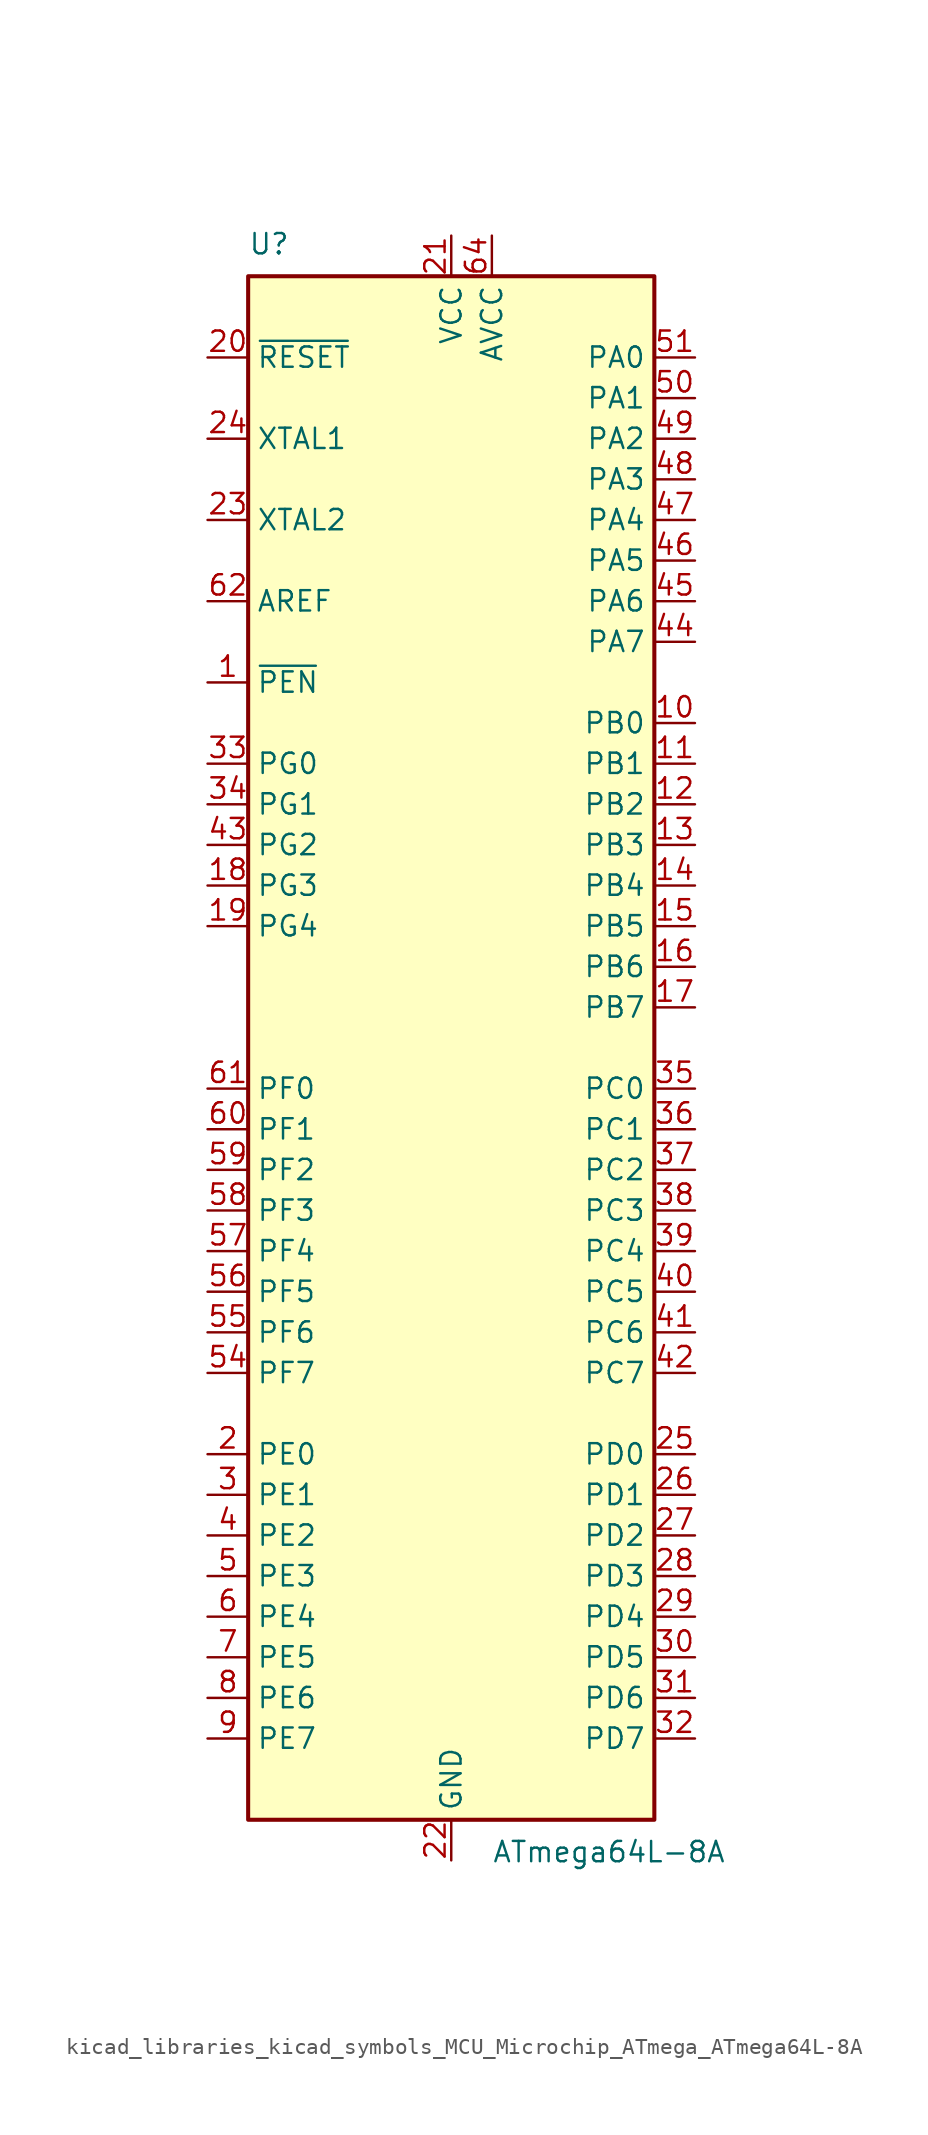
<source format=kicad_sym>
(kicad_symbol_lib
  (version 20220914)
  (generator kicad_symbol_editor)
  (symbol "kicad_libraries_kicad_symbols_MCU_Microchip_ATmega_ATmega64L-8A"
    (property "Reference" "U"
      (at -12.7 49.53 0)
      (effects (font (size 1.27 1.27)) (justify left bottom)))
    (property "Value" "ATmega64L-8A"
      (at 2.54 -49.53 0)
      (effects (font (size 1.27 1.27)) (justify left top)))
    (symbol "kicad_libraries_kicad_symbols_MCU_Microchip_ATmega_ATmega64L-8A_0_1"
      (rectangle (start -12.7 -48.26) (end 12.7 48.26) (stroke (width 0.254) (type default)) (fill (type background))))
    (symbol "kicad_libraries_kicad_symbols_MCU_Microchip_ATmega_ATmega64L-8A_1_1"
      (pin input line (at -15.24 22.86 0) (length 2.54) (name "~{PEN}" (effects (font (size 1.27 1.27)))) (number "1" (effects (font (size 1.27 1.27)))))
      (pin bidirectional line (at 15.24 20.32 180) (length 2.54) (name "PB0" (effects (font (size 1.27 1.27)))) (number "10" (effects (font (size 1.27 1.27)))))
      (pin bidirectional line (at 15.24 17.78 180) (length 2.54) (name "PB1" (effects (font (size 1.27 1.27)))) (number "11" (effects (font (size 1.27 1.27)))))
      (pin bidirectional line (at 15.24 15.24 180) (length 2.54) (name "PB2" (effects (font (size 1.27 1.27)))) (number "12" (effects (font (size 1.27 1.27)))))
      (pin bidirectional line (at 15.24 12.7 180) (length 2.54) (name "PB3" (effects (font (size 1.27 1.27)))) (number "13" (effects (font (size 1.27 1.27)))))
      (pin bidirectional line (at 15.24 10.16 180) (length 2.54) (name "PB4" (effects (font (size 1.27 1.27)))) (number "14" (effects (font (size 1.27 1.27)))))
      (pin bidirectional line (at 15.24 7.62 180) (length 2.54) (name "PB5" (effects (font (size 1.27 1.27)))) (number "15" (effects (font (size 1.27 1.27)))))
      (pin bidirectional line (at 15.24 5.08 180) (length 2.54) (name "PB6" (effects (font (size 1.27 1.27)))) (number "16" (effects (font (size 1.27 1.27)))))
      (pin bidirectional line (at 15.24 2.54 180) (length 2.54) (name "PB7" (effects (font (size 1.27 1.27)))) (number "17" (effects (font (size 1.27 1.27)))))
      (pin bidirectional line (at -15.24 10.16 0) (length 2.54) (name "PG3" (effects (font (size 1.27 1.27)))) (number "18" (effects (font (size 1.27 1.27)))))
      (pin bidirectional line (at -15.24 7.62 0) (length 2.54) (name "PG4" (effects (font (size 1.27 1.27)))) (number "19" (effects (font (size 1.27 1.27)))))
      (pin bidirectional line (at -15.24 -25.4 0) (length 2.54) (name "PE0" (effects (font (size 1.27 1.27)))) (number "2" (effects (font (size 1.27 1.27)))))
      (pin input line (at -15.24 43.18 0) (length 2.54) (name "~{RESET}" (effects (font (size 1.27 1.27)))) (number "20" (effects (font (size 1.27 1.27)))))
      (pin power_in line (at 0 50.8 270) (length 2.54) (name "VCC" (effects (font (size 1.27 1.27)))) (number "21" (effects (font (size 1.27 1.27)))))
      (pin power_in line (at 0 -50.8 90) (length 2.54) (name "GND" (effects (font (size 1.27 1.27)))) (number "22" (effects (font (size 1.27 1.27)))))
      (pin output line (at -15.24 33.02 0) (length 2.54) (name "XTAL2" (effects (font (size 1.27 1.27)))) (number "23" (effects (font (size 1.27 1.27)))))
      (pin input line (at -15.24 38.1 0) (length 2.54) (name "XTAL1" (effects (font (size 1.27 1.27)))) (number "24" (effects (font (size 1.27 1.27)))))
      (pin bidirectional line (at 15.24 -25.4 180) (length 2.54) (name "PD0" (effects (font (size 1.27 1.27)))) (number "25" (effects (font (size 1.27 1.27)))))
      (pin bidirectional line (at 15.24 -27.94 180) (length 2.54) (name "PD1" (effects (font (size 1.27 1.27)))) (number "26" (effects (font (size 1.27 1.27)))))
      (pin bidirectional line (at 15.24 -30.48 180) (length 2.54) (name "PD2" (effects (font (size 1.27 1.27)))) (number "27" (effects (font (size 1.27 1.27)))))
      (pin bidirectional line (at 15.24 -33.02 180) (length 2.54) (name "PD3" (effects (font (size 1.27 1.27)))) (number "28" (effects (font (size 1.27 1.27)))))
      (pin bidirectional line (at 15.24 -35.56 180) (length 2.54) (name "PD4" (effects (font (size 1.27 1.27)))) (number "29" (effects (font (size 1.27 1.27)))))
      (pin bidirectional line (at -15.24 -27.94 0) (length 2.54) (name "PE1" (effects (font (size 1.27 1.27)))) (number "3" (effects (font (size 1.27 1.27)))))
      (pin bidirectional line (at 15.24 -38.1 180) (length 2.54) (name "PD5" (effects (font (size 1.27 1.27)))) (number "30" (effects (font (size 1.27 1.27)))))
      (pin bidirectional line (at 15.24 -40.64 180) (length 2.54) (name "PD6" (effects (font (size 1.27 1.27)))) (number "31" (effects (font (size 1.27 1.27)))))
      (pin bidirectional line (at 15.24 -43.18 180) (length 2.54) (name "PD7" (effects (font (size 1.27 1.27)))) (number "32" (effects (font (size 1.27 1.27)))))
      (pin bidirectional line (at -15.24 17.78 0) (length 2.54) (name "PG0" (effects (font (size 1.27 1.27)))) (number "33" (effects (font (size 1.27 1.27)))))
      (pin bidirectional line (at -15.24 15.24 0) (length 2.54) (name "PG1" (effects (font (size 1.27 1.27)))) (number "34" (effects (font (size 1.27 1.27)))))
      (pin bidirectional line (at 15.24 -2.54 180) (length 2.54) (name "PC0" (effects (font (size 1.27 1.27)))) (number "35" (effects (font (size 1.27 1.27)))))
      (pin bidirectional line (at 15.24 -5.08 180) (length 2.54) (name "PC1" (effects (font (size 1.27 1.27)))) (number "36" (effects (font (size 1.27 1.27)))))
      (pin bidirectional line (at 15.24 -7.62 180) (length 2.54) (name "PC2" (effects (font (size 1.27 1.27)))) (number "37" (effects (font (size 1.27 1.27)))))
      (pin bidirectional line (at 15.24 -10.16 180) (length 2.54) (name "PC3" (effects (font (size 1.27 1.27)))) (number "38" (effects (font (size 1.27 1.27)))))
      (pin bidirectional line (at 15.24 -12.7 180) (length 2.54) (name "PC4" (effects (font (size 1.27 1.27)))) (number "39" (effects (font (size 1.27 1.27)))))
      (pin bidirectional line (at -15.24 -30.48 0) (length 2.54) (name "PE2" (effects (font (size 1.27 1.27)))) (number "4" (effects (font (size 1.27 1.27)))))
      (pin bidirectional line (at 15.24 -15.24 180) (length 2.54) (name "PC5" (effects (font (size 1.27 1.27)))) (number "40" (effects (font (size 1.27 1.27)))))
      (pin bidirectional line (at 15.24 -17.78 180) (length 2.54) (name "PC6" (effects (font (size 1.27 1.27)))) (number "41" (effects (font (size 1.27 1.27)))))
      (pin bidirectional line (at 15.24 -20.32 180) (length 2.54) (name "PC7" (effects (font (size 1.27 1.27)))) (number "42" (effects (font (size 1.27 1.27)))))
      (pin bidirectional line (at -15.24 12.7 0) (length 2.54) (name "PG2" (effects (font (size 1.27 1.27)))) (number "43" (effects (font (size 1.27 1.27)))))
      (pin bidirectional line (at 15.24 25.4 180) (length 2.54) (name "PA7" (effects (font (size 1.27 1.27)))) (number "44" (effects (font (size 1.27 1.27)))))
      (pin bidirectional line (at 15.24 27.94 180) (length 2.54) (name "PA6" (effects (font (size 1.27 1.27)))) (number "45" (effects (font (size 1.27 1.27)))))
      (pin bidirectional line (at 15.24 30.48 180) (length 2.54) (name "PA5" (effects (font (size 1.27 1.27)))) (number "46" (effects (font (size 1.27 1.27)))))
      (pin bidirectional line (at 15.24 33.02 180) (length 2.54) (name "PA4" (effects (font (size 1.27 1.27)))) (number "47" (effects (font (size 1.27 1.27)))))
      (pin bidirectional line (at 15.24 35.56 180) (length 2.54) (name "PA3" (effects (font (size 1.27 1.27)))) (number "48" (effects (font (size 1.27 1.27)))))
      (pin bidirectional line (at 15.24 38.1 180) (length 2.54) (name "PA2" (effects (font (size 1.27 1.27)))) (number "49" (effects (font (size 1.27 1.27)))))
      (pin bidirectional line (at -15.24 -33.02 0) (length 2.54) (name "PE3" (effects (font (size 1.27 1.27)))) (number "5" (effects (font (size 1.27 1.27)))))
      (pin bidirectional line (at 15.24 40.64 180) (length 2.54) (name "PA1" (effects (font (size 1.27 1.27)))) (number "50" (effects (font (size 1.27 1.27)))))
      (pin bidirectional line (at 15.24 43.18 180) (length 2.54) (name "PA0" (effects (font (size 1.27 1.27)))) (number "51" (effects (font (size 1.27 1.27)))))
      (pin passive line (at 0 50.8 270) (length 2.54) hide (name "VCC" (effects (font (size 1.27 1.27)))) (number "52" (effects (font (size 1.27 1.27)))))
      (pin passive line (at 0 -50.8 90) (length 2.54) hide (name "GND" (effects (font (size 1.27 1.27)))) (number "53" (effects (font (size 1.27 1.27)))))
      (pin bidirectional line (at -15.24 -20.32 0) (length 2.54) (name "PF7" (effects (font (size 1.27 1.27)))) (number "54" (effects (font (size 1.27 1.27)))))
      (pin bidirectional line (at -15.24 -17.78 0) (length 2.54) (name "PF6" (effects (font (size 1.27 1.27)))) (number "55" (effects (font (size 1.27 1.27)))))
      (pin bidirectional line (at -15.24 -15.24 0) (length 2.54) (name "PF5" (effects (font (size 1.27 1.27)))) (number "56" (effects (font (size 1.27 1.27)))))
      (pin bidirectional line (at -15.24 -12.7 0) (length 2.54) (name "PF4" (effects (font (size 1.27 1.27)))) (number "57" (effects (font (size 1.27 1.27)))))
      (pin bidirectional line (at -15.24 -10.16 0) (length 2.54) (name "PF3" (effects (font (size 1.27 1.27)))) (number "58" (effects (font (size 1.27 1.27)))))
      (pin bidirectional line (at -15.24 -7.62 0) (length 2.54) (name "PF2" (effects (font (size 1.27 1.27)))) (number "59" (effects (font (size 1.27 1.27)))))
      (pin bidirectional line (at -15.24 -35.56 0) (length 2.54) (name "PE4" (effects (font (size 1.27 1.27)))) (number "6" (effects (font (size 1.27 1.27)))))
      (pin bidirectional line (at -15.24 -5.08 0) (length 2.54) (name "PF1" (effects (font (size 1.27 1.27)))) (number "60" (effects (font (size 1.27 1.27)))))
      (pin bidirectional line (at -15.24 -2.54 0) (length 2.54) (name "PF0" (effects (font (size 1.27 1.27)))) (number "61" (effects (font (size 1.27 1.27)))))
      (pin passive line (at -15.24 27.94 0) (length 2.54) (name "AREF" (effects (font (size 1.27 1.27)))) (number "62" (effects (font (size 1.27 1.27)))))
      (pin passive line (at 0 -50.8 90) (length 2.54) hide (name "GND" (effects (font (size 1.27 1.27)))) (number "63" (effects (font (size 1.27 1.27)))))
      (pin power_in line (at 2.54 50.8 270) (length 2.54) (name "AVCC" (effects (font (size 1.27 1.27)))) (number "64" (effects (font (size 1.27 1.27)))))
      (pin bidirectional line (at -15.24 -38.1 0) (length 2.54) (name "PE5" (effects (font (size 1.27 1.27)))) (number "7" (effects (font (size 1.27 1.27)))))
      (pin bidirectional line (at -15.24 -40.64 0) (length 2.54) (name "PE6" (effects (font (size 1.27 1.27)))) (number "8" (effects (font (size 1.27 1.27)))))
      (pin bidirectional line (at -15.24 -43.18 0) (length 2.54) (name "PE7" (effects (font (size 1.27 1.27)))) (number "9" (effects (font (size 1.27 1.27))))))))
</source>
